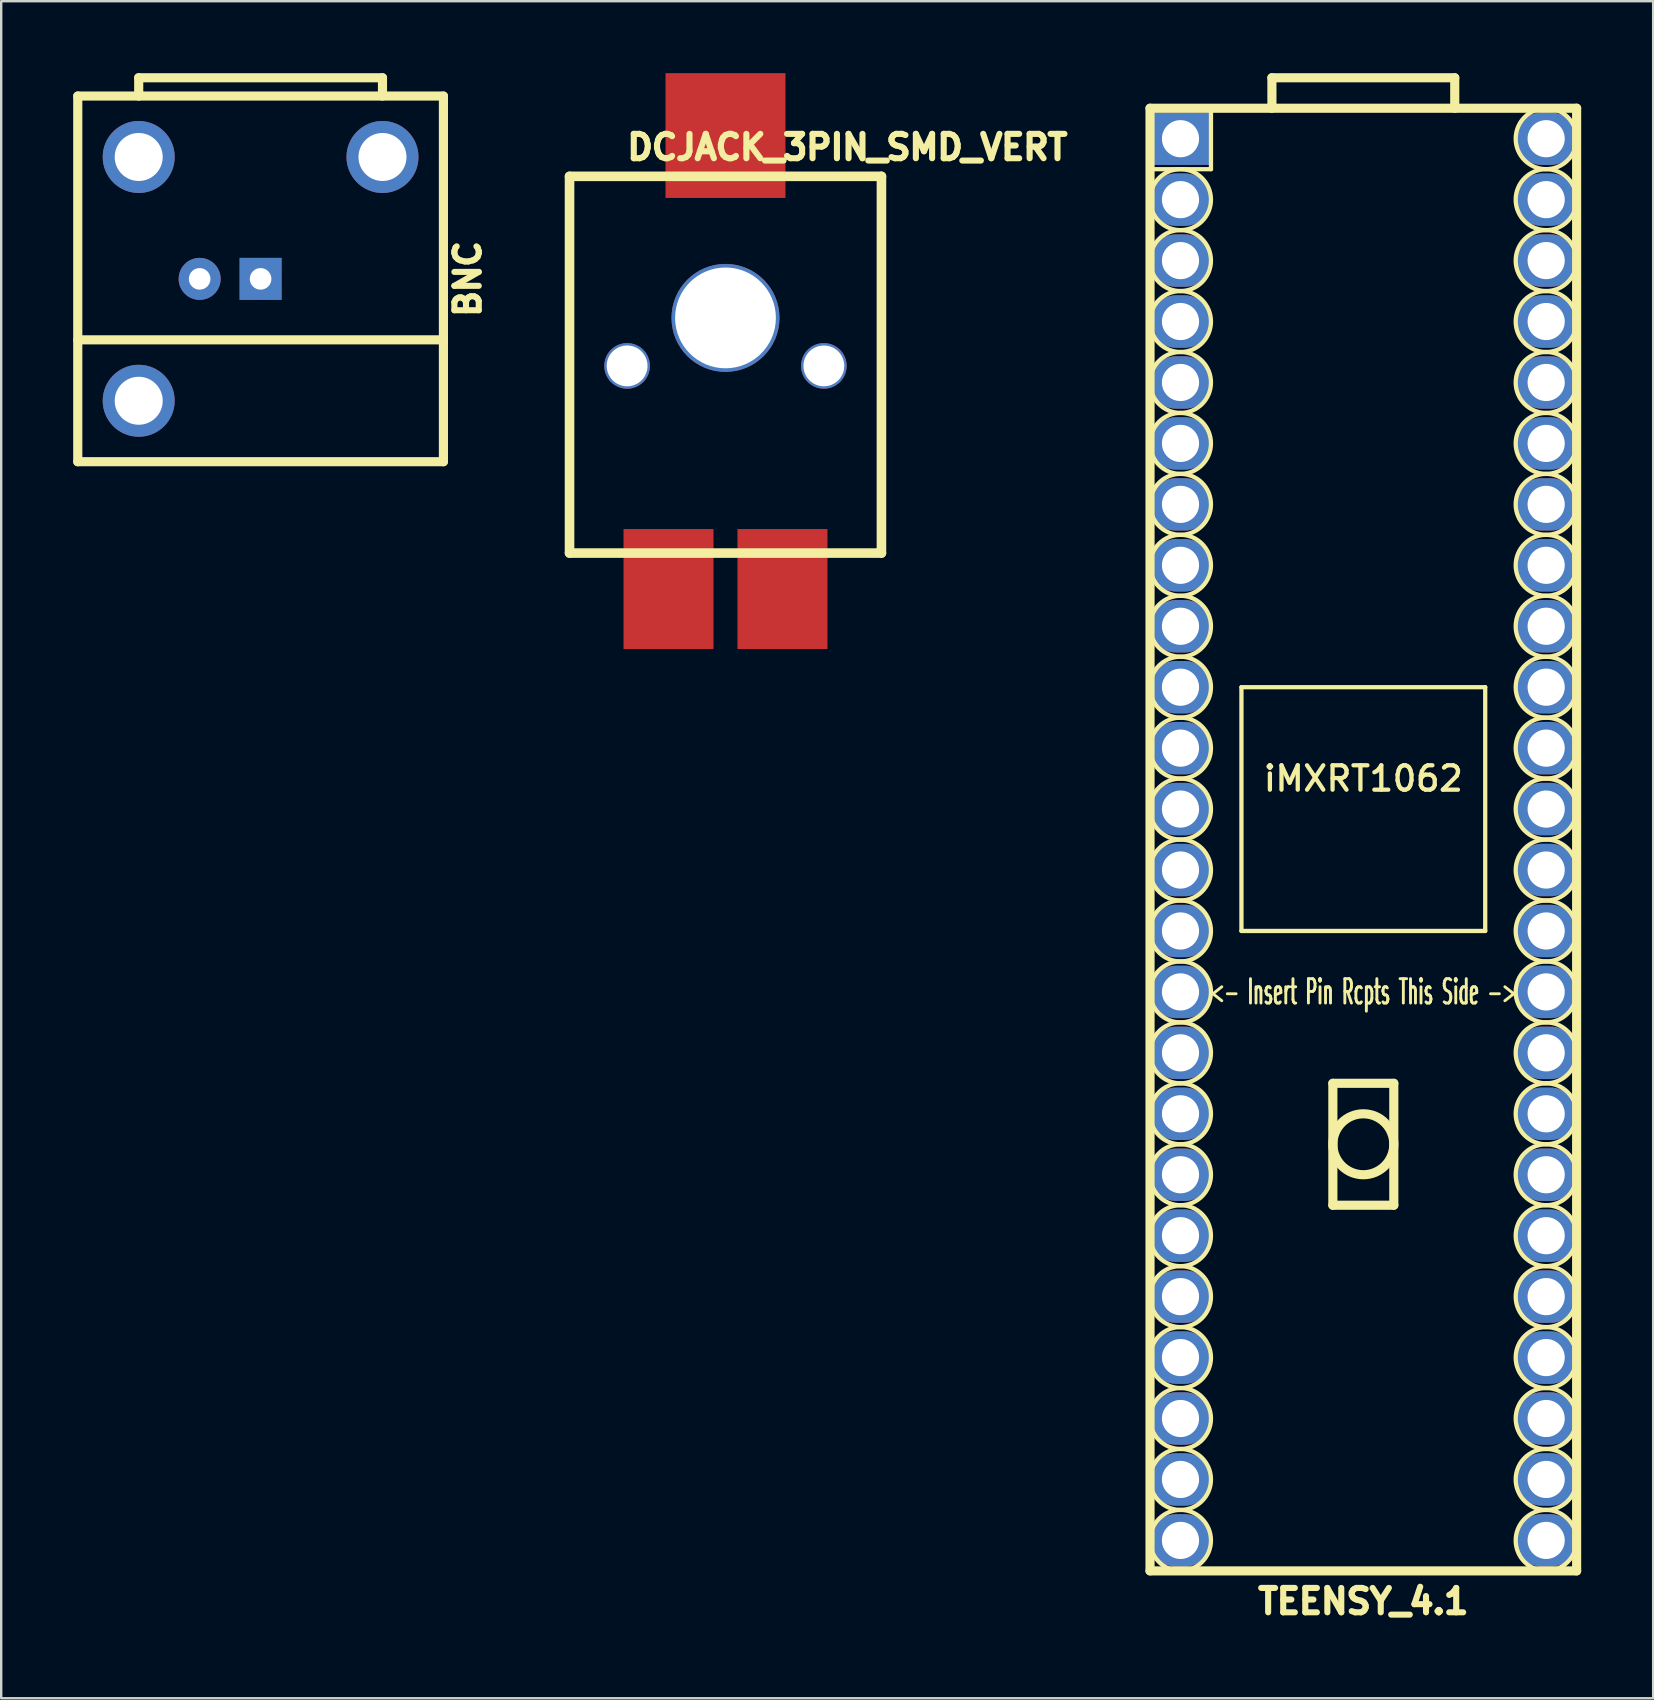
<source format=kicad_pcb>
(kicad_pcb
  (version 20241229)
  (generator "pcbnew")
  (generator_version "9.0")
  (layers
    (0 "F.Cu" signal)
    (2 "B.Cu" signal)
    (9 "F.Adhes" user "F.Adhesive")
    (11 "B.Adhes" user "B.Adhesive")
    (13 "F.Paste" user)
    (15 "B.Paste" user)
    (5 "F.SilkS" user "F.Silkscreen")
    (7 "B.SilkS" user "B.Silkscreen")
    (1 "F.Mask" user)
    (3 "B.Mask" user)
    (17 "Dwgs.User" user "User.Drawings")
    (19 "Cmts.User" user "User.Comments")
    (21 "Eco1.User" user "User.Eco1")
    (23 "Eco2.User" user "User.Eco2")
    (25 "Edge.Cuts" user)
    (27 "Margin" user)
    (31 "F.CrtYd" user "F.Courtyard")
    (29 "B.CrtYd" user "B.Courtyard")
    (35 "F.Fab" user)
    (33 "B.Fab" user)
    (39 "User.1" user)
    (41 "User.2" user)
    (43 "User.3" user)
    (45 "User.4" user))
  (footprint "BNC"
    (layer "F.Cu")
    (at 7.811 3.493)
    (property "Reference" "BNC" (at 8.636 5.08 90) (layer "F.SilkS") (effects (font (size 1.016 1.016) (thickness 0.254))))
    (attr through_hole)
    (fp_line (start -7.62 -2.54) (end -7.62 12.7) (stroke (width 0.381) (type solid)) (layer "F.SilkS"))
    (fp_line (start -7.62 -2.54) (end 7.62 -2.54) (stroke (width 0.381) (type solid)) (layer "F.SilkS"))
    (fp_line (start -7.62 7.62) (end 7.62 7.62) (stroke (width 0.381) (type solid)) (layer "F.SilkS"))
    (fp_line (start -7.62 12.7) (end 7.62 12.7) (stroke (width 0.381) (type solid)) (layer "F.SilkS"))
    (fp_line (start -5.08 -3.302) (end 5.08 -3.302) (stroke (width 0.381) (type solid)) (layer "F.SilkS"))
    (fp_line (start -5.08 -2.54) (end -5.08 -3.302) (stroke (width 0.381) (type solid)) (layer "F.SilkS"))
    (fp_line (start 5.08 -3.302) (end 5.08 -2.54) (stroke (width 0.381) (type solid)) (layer "F.SilkS"))
    (fp_line (start 7.62 -2.54) (end 7.62 12.7) (stroke (width 0.381) (type solid)) (layer "F.SilkS"))
    (pad "" thru_hole circle (at -5.08 0) (size 3 3) (drill 2) (layers "*.Cu" "*.Mask"))
    (pad "" thru_hole circle (at -5.08 10.16) (size 3 3) (drill 2) (layers "*.Cu" "*.Mask"))
    (pad "" thru_hole circle (at 5.08 0) (size 3 3) (drill 2) (layers "*.Cu" "*.Mask"))
    (pad "1" thru_hole rect (at 0 5.08) (size 1.75 1.75) (drill 0.9) (layers "*.Cu" "*.Mask"))
    (pad "2" thru_hole circle (at -2.54 5.08) (size 1.75 1.75) (drill 0.9) (layers "*.Cu" "*.Mask")))
  (footprint "DCJACK_3PIN_SMD_VERT"
    (layer "F.Cu")
    (at 27.187 10.2)
    (property "Reference" "DCJACK_3PIN_SMD_VERT" (at 5.08 -7.112 180) (layer "F.SilkS") (effects (font (size 1.016 1.016) (thickness 0.254))))
    (attr through_hole)
    (fp_line (start -6.5 -5.9) (end -6.5 9.8) (stroke (width 0.4) (type solid)) (layer "F.SilkS"))
    (fp_line (start -6.5 -5.9) (end 6.5 -5.9) (stroke (width 0.4) (type solid)) (layer "F.SilkS"))
    (fp_line (start -6.5 9.8) (end 6.5 9.8) (stroke (width 0.4) (type solid)) (layer "F.SilkS"))
    (fp_line (start 6.5 -5.9) (end 6.5 9.8) (stroke (width 0.4) (type solid)) (layer "F.SilkS"))
    (pad "" thru_hole circle (at -4.1 2) (size 1.9 1.9) (drill 1.7) (layers "*.Cu" "*.Mask"))
    (pad "" thru_hole circle (at 0 0) (size 4.5 4.5) (drill 4.2) (layers "*.Cu" "*.Mask"))
    (pad "" thru_hole circle (at 4.1 2) (size 1.9 1.9) (drill 1.7) (layers "*.Cu" "*.Mask"))
    (pad "1" smd rect (at 0 -7.6) (size 5 5.2) (layers "F.Cu" "F.Mask" "F.Paste"))
    (pad "2" smd rect (at -2.375 11.3) (size 3.75 5) (layers "F.Cu" "F.Mask" "F.Paste"))
    (pad "3" smd rect (at 2.375 11.3) (size 3.75 5) (layers "F.Cu" "F.Mask" "F.Paste")))
  (footprint "TEENSY_4.1"
    (layer "F.Cu")
    (at 53.771 19.241)
    (property "Reference" "TEENSY_4.1" (at 0 44.45 0) (layer "F.SilkS") (effects (font (size 1.016 1.016) (thickness 0.254))))
    (attr through_hole)
    (fp_line (start -8.89 -17.78) (end -8.89 43.18) (stroke (width 0.381) (type solid)) (layer "F.SilkS"))
    (fp_line (start -8.89 -15.24) (end -6.35 -15.24) (stroke (width 0.178) (type solid)) (layer "F.SilkS"))
    (fp_line (start -8.89 43.18) (end 8.89 43.18) (stroke (width 0.381) (type solid)) (layer "F.SilkS"))
    (fp_line (start -6.35 -15.24) (end -6.35 -17.78) (stroke (width 0.178) (type solid)) (layer "F.SilkS"))
    (fp_line (start -5.08 6.35) (end -5.08 16.51) (stroke (width 0.178) (type solid)) (layer "F.SilkS"))
    (fp_line (start -5.08 16.51) (end 5.08 16.51) (stroke (width 0.178) (type solid)) (layer "F.SilkS"))
    (fp_line (start -3.81 -19.05) (end 3.81 -19.05) (stroke (width 0.381) (type solid)) (layer "F.SilkS"))
    (fp_line (start -3.81 -17.78) (end -3.81 -19.05) (stroke (width 0.381) (type solid)) (layer "F.SilkS"))
    (fp_line (start -1.27 22.86) (end -1.27 27.94) (stroke (width 0.381) (type solid)) (layer "F.SilkS"))
    (fp_line (start -1.27 27.94) (end 1.27 27.94) (stroke (width 0.381) (type solid)) (layer "F.SilkS"))
    (fp_line (start 1.27 22.86) (end -1.27 22.86) (stroke (width 0.381) (type solid)) (layer "F.SilkS"))
    (fp_line (start 1.27 27.94) (end 1.27 22.86) (stroke (width 0.381) (type solid)) (layer "F.SilkS"))
    (fp_line (start 3.81 -19.05) (end 3.81 -17.78) (stroke (width 0.381) (type solid)) (layer "F.SilkS"))
    (fp_line (start 5.08 6.35) (end -5.08 6.35) (stroke (width 0.178) (type solid)) (layer "F.SilkS"))
    (fp_line (start 5.08 16.51) (end 5.08 6.35) (stroke (width 0.178) (type solid)) (layer "F.SilkS"))
    (fp_line (start 8.89 -17.78) (end -8.89 -17.78) (stroke (width 0.381) (type solid)) (layer "F.SilkS"))
    (fp_line (start 8.89 43.18) (end 8.89 -17.78) (stroke (width 0.381) (type solid)) (layer "F.SilkS"))
    (fp_circle (center -7.62 -13.97) (end -6.35 -13.97) (stroke (width 0.178) (type solid)) (fill no) (layer "F.SilkS"))
    (fp_circle (center -7.62 -11.43) (end -6.35 -11.43) (stroke (width 0.178) (type solid)) (fill no) (layer "F.SilkS"))
    (fp_circle (center -7.62 -8.89) (end -6.35 -8.89) (stroke (width 0.178) (type solid)) (fill no) (layer "F.SilkS"))
    (fp_circle (center -7.62 -6.35) (end -6.35 -6.35) (stroke (width 0.178) (type solid)) (fill no) (layer "F.SilkS"))
    (fp_circle (center -7.62 -3.81) (end -6.35 -3.81) (stroke (width 0.178) (type solid)) (fill no) (layer "F.SilkS"))
    (fp_circle (center -7.62 -1.27) (end -6.35 -1.27) (stroke (width 0.178) (type solid)) (fill no) (layer "F.SilkS"))
    (fp_circle (center -7.62 1.27) (end -6.35 1.27) (stroke (width 0.178) (type solid)) (fill no) (layer "F.SilkS"))
    (fp_circle (center -7.62 3.81) (end -6.35 3.81) (stroke (width 0.178) (type solid)) (fill no) (layer "F.SilkS"))
    (fp_circle (center -7.62 6.35) (end -6.35 6.35) (stroke (width 0.178) (type solid)) (fill no) (layer "F.SilkS"))
    (fp_circle (center -7.62 8.89) (end -6.35 8.89) (stroke (width 0.178) (type solid)) (fill no) (layer "F.SilkS"))
    (fp_circle (center -7.62 11.43) (end -6.35 11.43) (stroke (width 0.178) (type solid)) (fill no) (layer "F.SilkS"))
    (fp_circle (center -7.62 13.97) (end -6.35 13.97) (stroke (width 0.178) (type solid)) (fill no) (layer "F.SilkS"))
    (fp_circle (center -7.62 16.51) (end -6.35 16.51) (stroke (width 0.178) (type solid)) (fill no) (layer "F.SilkS"))
    (fp_circle (center -7.62 19.05) (end -6.35 19.05) (stroke (width 0.178) (type solid)) (fill no) (layer "F.SilkS"))
    (fp_circle (center -7.62 21.59) (end -6.35 21.59) (stroke (width 0.178) (type solid)) (fill no) (layer "F.SilkS"))
    (fp_circle (center -7.62 24.13) (end -6.35 24.13) (stroke (width 0.178) (type solid)) (fill no) (layer "F.SilkS"))
    (fp_circle (center -7.62 26.67) (end -6.35 26.67) (stroke (width 0.178) (type solid)) (fill no) (layer "F.SilkS"))
    (fp_circle (center -7.62 29.21) (end -6.35 29.21) (stroke (width 0.178) (type solid)) (fill no) (layer "F.SilkS"))
    (fp_circle (center -7.62 31.75) (end -6.35 31.75) (stroke (width 0.178) (type solid)) (fill no) (layer "F.SilkS"))
    (fp_circle (center -7.62 34.29) (end -6.35 34.29) (stroke (width 0.178) (type solid)) (fill no) (layer "F.SilkS"))
    (fp_circle (center -7.62 36.83) (end -6.35 36.83) (stroke (width 0.178) (type solid)) (fill no) (layer "F.SilkS"))
    (fp_circle (center -7.62 39.37) (end -6.35 39.37) (stroke (width 0.178) (type solid)) (fill no) (layer "F.SilkS"))
    (fp_circle (center -7.62 41.91) (end -6.35 41.91) (stroke (width 0.178) (type solid)) (fill no) (layer "F.SilkS"))
    (fp_circle (center 0 25.4) (end -1.27 25.4) (stroke (width 0.381) (type solid)) (fill no) (layer "F.SilkS"))
    (fp_circle (center 7.62 -16.51) (end 8.89 -16.51) (stroke (width 0.178) (type solid)) (fill no) (layer "F.SilkS"))
    (fp_circle (center 7.62 -13.97) (end 8.89 -13.97) (stroke (width 0.178) (type solid)) (fill no) (layer "F.SilkS"))
    (fp_circle (center 7.62 -11.43) (end 8.89 -11.43) (stroke (width 0.178) (type solid)) (fill no) (layer "F.SilkS"))
    (fp_circle (center 7.62 -8.89) (end 8.89 -8.89) (stroke (width 0.178) (type solid)) (fill no) (layer "F.SilkS"))
    (fp_circle (center 7.62 -6.35) (end 8.89 -6.35) (stroke (width 0.178) (type solid)) (fill no) (layer "F.SilkS"))
    (fp_circle (center 7.62 -3.81) (end 8.89 -3.81) (stroke (width 0.178) (type solid)) (fill no) (layer "F.SilkS"))
    (fp_circle (center 7.62 -1.27) (end 8.89 -1.27) (stroke (width 0.178) (type solid)) (fill no) (layer "F.SilkS"))
    (fp_circle (center 7.62 1.27) (end 8.89 1.27) (stroke (width 0.178) (type solid)) (fill no) (layer "F.SilkS"))
    (fp_circle (center 7.62 3.81) (end 8.89 3.81) (stroke (width 0.178) (type solid)) (fill no) (layer "F.SilkS"))
    (fp_circle (center 7.62 6.35) (end 8.89 6.35) (stroke (width 0.178) (type solid)) (fill no) (layer "F.SilkS"))
    (fp_circle (center 7.62 8.89) (end 8.89 8.89) (stroke (width 0.178) (type solid)) (fill no) (layer "F.SilkS"))
    (fp_circle (center 7.62 11.43) (end 8.89 11.43) (stroke (width 0.178) (type solid)) (fill no) (layer "F.SilkS"))
    (fp_circle (center 7.62 13.97) (end 8.89 13.97) (stroke (width 0.178) (type solid)) (fill no) (layer "F.SilkS"))
    (fp_circle (center 7.62 16.51) (end 8.89 16.51) (stroke (width 0.178) (type solid)) (fill no) (layer "F.SilkS"))
    (fp_circle (center 7.62 19.05) (end 8.89 19.05) (stroke (width 0.178) (type solid)) (fill no) (layer "F.SilkS"))
    (fp_circle (center 7.62 21.59) (end 8.89 21.59) (stroke (width 0.178) (type solid)) (fill no) (layer "F.SilkS"))
    (fp_circle (center 7.62 24.13) (end 8.89 24.13) (stroke (width 0.178) (type solid)) (fill no) (layer "F.SilkS"))
    (fp_circle (center 7.62 26.67) (end 8.89 26.67) (stroke (width 0.178) (type solid)) (fill no) (layer "F.SilkS"))
    (fp_circle (center 7.62 29.21) (end 8.89 29.21) (stroke (width 0.178) (type solid)) (fill no) (layer "F.SilkS"))
    (fp_circle (center 7.62 31.75) (end 8.89 31.75) (stroke (width 0.178) (type solid)) (fill no) (layer "F.SilkS"))
    (fp_circle (center 7.62 34.29) (end 8.89 34.29) (stroke (width 0.178) (type solid)) (fill no) (layer "F.SilkS"))
    (fp_circle (center 7.62 36.83) (end 8.89 36.83) (stroke (width 0.178) (type solid)) (fill no) (layer "F.SilkS"))
    (fp_circle (center 7.62 39.37) (end 8.89 39.37) (stroke (width 0.178) (type solid)) (fill no) (layer "F.SilkS"))
    (fp_circle (center 7.62 41.91) (end 8.89 41.91) (stroke (width 0.178) (type solid)) (fill no) (layer "F.SilkS"))
    (fp_text user "<- Insert Pin Rcpts This Side ->" (at 0 19.05 0) (layer "F.SilkS") (effects (font (size 1.016 0.483) (thickness 0.121))))
    (fp_text user "iMXRT1062" (at 0 10.16 0) (layer "F.SilkS") (effects (font (size 1.016 1.016) (thickness 0.178))))
    (pad "" thru_hole oval (at 7.62 -13.97) (size 2.54 2.184) (drill 1.549) (layers "*.Cu" "*.Mask"))
    (pad "" thru_hole oval (at 7.62 19.05) (size 2.54 2.184) (drill 1.549) (layers "*.Cu" "*.Mask"))
    (pad "0" thru_hole oval (at -7.62 -13.97) (size 2.54 2.184) (drill 1.549) (layers "*.Cu" "*.Mask"))
    (pad "1" thru_hole oval (at -7.62 -11.43) (size 2.54 2.184) (drill 1.549) (layers "*.Cu" "*.Mask"))
    (pad "2" thru_hole oval (at -7.62 -8.89) (size 2.54 2.184) (drill 1.549) (layers "*.Cu" "*.Mask"))
    (pad "3" thru_hole oval (at -7.62 -6.35) (size 2.54 2.184) (drill 1.549) (layers "*.Cu" "*.Mask"))
    (pad "3V3" thru_hole oval (at -7.62 19.05) (size 2.54 2.184) (drill 1.549) (layers "*.Cu" "*.Mask"))
    (pad "3V3" thru_hole oval (at 7.62 -11.43) (size 2.54 2.184) (drill 1.549) (layers "*.Cu" "*.Mask"))
    (pad "4" thru_hole oval (at -7.62 -3.81) (size 2.54 2.184) (drill 1.549) (layers "*.Cu" "*.Mask"))
    (pad "5" thru_hole oval (at -7.62 -1.27) (size 2.54 2.184) (drill 1.549) (layers "*.Cu" "*.Mask"))
    (pad "6" thru_hole oval (at -7.62 1.27) (size 2.54 2.184) (drill 1.549) (layers "*.Cu" "*.Mask"))
    (pad "7" thru_hole oval (at -7.62 3.81) (size 2.54 2.184) (drill 1.549) (layers "*.Cu" "*.Mask"))
    (pad "8" thru_hole oval (at -7.62 6.35) (size 2.54 2.184) (drill 1.549) (layers "*.Cu" "*.Mask"))
    (pad "9" thru_hole oval (at -7.62 8.89) (size 2.54 2.184) (drill 1.549) (layers "*.Cu" "*.Mask"))
    (pad "10" thru_hole oval (at -7.62 11.43) (size 2.54 2.184) (drill 1.549) (layers "*.Cu" "*.Mask"))
    (pad "11" thru_hole oval (at -7.62 13.97) (size 2.54 2.184) (drill 1.549) (layers "*.Cu" "*.Mask"))
    (pad "12" thru_hole oval (at -7.62 16.51) (size 2.54 2.184) (drill 1.549) (layers "*.Cu" "*.Mask"))
    (pad "13" thru_hole oval (at 7.62 16.51) (size 2.54 2.184) (drill 1.549) (layers "*.Cu" "*.Mask"))
    (pad "14" thru_hole oval (at 7.62 13.97) (size 2.54 2.184) (drill 1.549) (layers "*.Cu" "*.Mask"))
    (pad "15" thru_hole oval (at 7.62 11.43) (size 2.54 2.184) (drill 1.549) (layers "*.Cu" "*.Mask"))
    (pad "16" thru_hole oval (at 7.62 8.89) (size 2.54 2.184) (drill 1.549) (layers "*.Cu" "*.Mask"))
    (pad "17" thru_hole oval (at 7.62 6.35) (size 2.54 2.184) (drill 1.549) (layers "*.Cu" "*.Mask"))
    (pad "18" thru_hole oval (at 7.62 3.81) (size 2.54 2.184) (drill 1.549) (layers "*.Cu" "*.Mask"))
    (pad "19" thru_hole oval (at 7.62 1.27) (size 2.54 2.184) (drill 1.549) (layers "*.Cu" "*.Mask"))
    (pad "20" thru_hole oval (at 7.62 -1.27) (size 2.54 2.184) (drill 1.549) (layers "*.Cu" "*.Mask"))
    (pad "21" thru_hole oval (at 7.62 -3.81) (size 2.54 2.184) (drill 1.549) (layers "*.Cu" "*.Mask"))
    (pad "22" thru_hole oval (at 7.62 -6.35) (size 2.54 2.184) (drill 1.549) (layers "*.Cu" "*.Mask"))
    (pad "23" thru_hole oval (at 7.62 -8.89) (size 2.54 2.184) (drill 1.549) (layers "*.Cu" "*.Mask"))
    (pad "24" thru_hole oval (at -7.62 21.59) (size 2.54 2.184) (drill 1.549) (layers "*.Cu" "*.Mask"))
    (pad "25" thru_hole oval (at -7.62 24.13) (size 2.54 2.184) (drill 1.549) (layers "*.Cu" "*.Mask"))
    (pad "26" thru_hole oval (at -7.62 26.67) (size 2.54 2.184) (drill 1.549) (layers "*.Cu" "*.Mask"))
    (pad "27" thru_hole oval (at -7.62 29.21) (size 2.54 2.184) (drill 1.549) (layers "*.Cu" "*.Mask"))
    (pad "28" thru_hole oval (at -7.62 31.75) (size 2.54 2.184) (drill 1.549) (layers "*.Cu" "*.Mask"))
    (pad "29" thru_hole oval (at -7.62 34.29) (size 2.54 2.184) (drill 1.549) (layers "*.Cu" "*.Mask"))
    (pad "30" thru_hole oval (at -7.62 36.83) (size 2.54 2.184) (drill 1.549) (layers "*.Cu" "*.Mask"))
    (pad "31" thru_hole oval (at -7.62 39.37) (size 2.54 2.184) (drill 1.549) (layers "*.Cu" "*.Mask"))
    (pad "32" thru_hole oval (at -7.62 41.91) (size 2.54 2.184) (drill 1.549) (layers "*.Cu" "*.Mask"))
    (pad "33" thru_hole oval (at 7.62 41.91) (size 2.54 2.184) (drill 1.549) (layers "*.Cu" "*.Mask"))
    (pad "34" thru_hole oval (at 7.62 39.37) (size 2.54 2.184) (drill 1.549) (layers "*.Cu" "*.Mask"))
    (pad "35" thru_hole oval (at 7.62 36.83) (size 2.54 2.184) (drill 1.549) (layers "*.Cu" "*.Mask"))
    (pad "36" thru_hole oval (at 7.62 34.29) (size 2.54 2.184) (drill 1.549) (layers "*.Cu" "*.Mask"))
    (pad "37" thru_hole oval (at 7.62 31.75) (size 2.54 2.184) (drill 1.549) (layers "*.Cu" "*.Mask"))
    (pad "38" thru_hole oval (at 7.62 29.21) (size 2.54 2.184) (drill 1.549) (layers "*.Cu" "*.Mask"))
    (pad "39" thru_hole oval (at 7.62 26.67) (size 2.54 2.184) (drill 1.549) (layers "*.Cu" "*.Mask"))
    (pad "40" thru_hole oval (at 7.62 24.13) (size 2.54 2.184) (drill 1.549) (layers "*.Cu" "*.Mask"))
    (pad "41" thru_hole oval (at 7.62 21.59) (size 2.54 2.184) (drill 1.549) (layers "*.Cu" "*.Mask"))
    (pad "GND" thru_hole rect (at -7.62 -16.51) (size 2.54 2.184) (drill 1.549) (layers "*.Cu" "*.Mask"))
    (pad "V_IN" thru_hole oval (at 7.62 -16.51) (size 2.54 2.184) (drill 1.549) (layers "*.Cu" "*.Mask")))
  (gr_rect
    (start -3 -3)
    (end 65.851 67.731)
    (stroke (width 0.1) (type default))
    (fill no)
    (layer "Edge.Cuts")))
</source>
